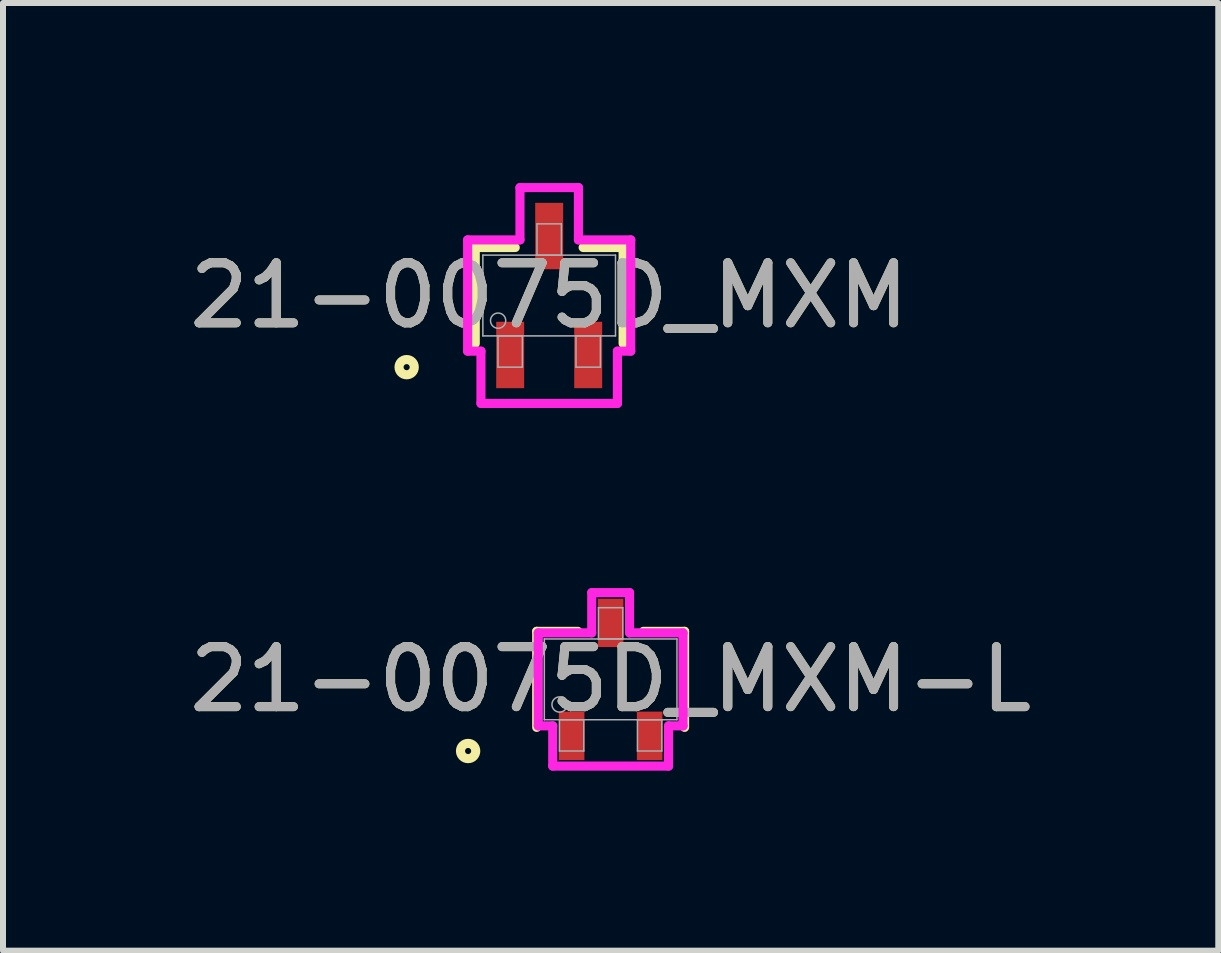
<source format=kicad_pcb>
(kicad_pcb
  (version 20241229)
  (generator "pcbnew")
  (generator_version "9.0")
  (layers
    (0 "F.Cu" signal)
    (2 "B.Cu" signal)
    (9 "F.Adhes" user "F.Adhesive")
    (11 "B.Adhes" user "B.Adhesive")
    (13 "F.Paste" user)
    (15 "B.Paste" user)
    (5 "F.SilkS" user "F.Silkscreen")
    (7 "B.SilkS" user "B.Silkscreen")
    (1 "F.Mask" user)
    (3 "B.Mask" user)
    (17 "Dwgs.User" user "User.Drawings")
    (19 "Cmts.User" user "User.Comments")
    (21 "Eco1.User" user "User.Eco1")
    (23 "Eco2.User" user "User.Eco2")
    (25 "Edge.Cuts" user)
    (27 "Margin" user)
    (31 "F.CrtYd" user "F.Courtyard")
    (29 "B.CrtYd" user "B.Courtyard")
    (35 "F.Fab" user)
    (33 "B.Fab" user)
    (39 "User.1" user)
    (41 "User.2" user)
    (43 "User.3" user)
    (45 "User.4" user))
  (footprint "21-0075D_MXM"
    (layer "F.Cu")
    (at 6.101 1.874)
    (property "Reference" "21-0075D_MXM" (at 0 0 0) (unlocked yes) (layer "F.SilkS") (effects (font (size 1 1) (thickness 0.15))))
    (attr smd)
    (fp_line (start -1.232 -0.8) (end -1.232 0.8) (stroke (width 0.152) (type solid)) (layer "F.SilkS"))
    (fp_line (start -0.566 -0.8) (end -1.232 -0.8) (stroke (width 0.152) (type solid)) (layer "F.SilkS"))
    (fp_line (start 1.232 -0.8) (end 0.566 -0.8) (stroke (width 0.152) (type solid)) (layer "F.SilkS"))
    (fp_line (start 1.232 0.8) (end 1.232 -0.8) (stroke (width 0.152) (type solid)) (layer "F.SilkS"))
    (fp_circle (center -2.375 1.194) (end -2.248 1.194) (stroke (width 0.152) (type solid)) (fill no) (layer "F.SilkS"))
    (fp_line (start -1.359 -0.927) (end -0.487 -0.927) (stroke (width 0.152) (type solid)) (layer "F.CrtYd"))
    (fp_line (start -1.359 0.927) (end -1.359 -0.927) (stroke (width 0.152) (type solid)) (layer "F.CrtYd"))
    (fp_line (start -1.359 0.927) (end -1.137 0.927) (stroke (width 0.152) (type solid)) (layer "F.CrtYd"))
    (fp_line (start -1.137 0.927) (end -1.137 1.798) (stroke (width 0.152) (type solid)) (layer "F.CrtYd"))
    (fp_line (start -1.137 1.798) (end 1.137 1.798) (stroke (width 0.152) (type solid)) (layer "F.CrtYd"))
    (fp_line (start -0.487 -1.798) (end 0.487 -1.798) (stroke (width 0.152) (type solid)) (layer "F.CrtYd"))
    (fp_line (start -0.487 -0.927) (end -0.487 -1.798) (stroke (width 0.152) (type solid)) (layer "F.CrtYd"))
    (fp_line (start 0.487 -0.927) (end 0.487 -1.798) (stroke (width 0.152) (type solid)) (layer "F.CrtYd"))
    (fp_line (start 1.137 0.927) (end 1.137 1.798) (stroke (width 0.152) (type solid)) (layer "F.CrtYd"))
    (fp_line (start 1.359 -0.927) (end 0.487 -0.927) (stroke (width 0.152) (type solid)) (layer "F.CrtYd"))
    (fp_line (start 1.359 -0.927) (end 1.359 0.927) (stroke (width 0.152) (type solid)) (layer "F.CrtYd"))
    (fp_line (start 1.359 0.927) (end 1.137 0.927) (stroke (width 0.152) (type solid)) (layer "F.CrtYd"))
    (fp_line (start -1.105 -0.673) (end -1.105 0.673) (stroke (width 0.025) (type solid)) (layer "F.Fab"))
    (fp_line (start -1.105 0.673) (end 1.105 0.673) (stroke (width 0.025) (type solid)) (layer "F.Fab"))
    (fp_line (start -0.853 0.673) (end -0.853 1.194) (stroke (width 0.025) (type solid)) (layer "F.Fab"))
    (fp_line (start -0.853 1.194) (end -0.447 1.194) (stroke (width 0.025) (type solid)) (layer "F.Fab"))
    (fp_line (start -0.447 0.673) (end -0.853 0.673) (stroke (width 0.025) (type solid)) (layer "F.Fab"))
    (fp_line (start -0.447 1.194) (end -0.447 0.673) (stroke (width 0.025) (type solid)) (layer "F.Fab"))
    (fp_line (start -0.203 -1.194) (end -0.203 -0.673) (stroke (width 0.025) (type solid)) (layer "F.Fab"))
    (fp_line (start -0.203 -0.673) (end 0.203 -0.673) (stroke (width 0.025) (type solid)) (layer "F.Fab"))
    (fp_line (start 0.203 -1.194) (end -0.203 -1.194) (stroke (width 0.025) (type solid)) (layer "F.Fab"))
    (fp_line (start 0.203 -0.673) (end 0.203 -1.194) (stroke (width 0.025) (type solid)) (layer "F.Fab"))
    (fp_line (start 0.447 0.673) (end 0.447 1.194) (stroke (width 0.025) (type solid)) (layer "F.Fab"))
    (fp_line (start 0.447 1.194) (end 0.853 1.194) (stroke (width 0.025) (type solid)) (layer "F.Fab"))
    (fp_line (start 0.853 0.673) (end 0.447 0.673) (stroke (width 0.025) (type solid)) (layer "F.Fab"))
    (fp_line (start 0.853 1.194) (end 0.853 0.673) (stroke (width 0.025) (type solid)) (layer "F.Fab"))
    (fp_line (start 1.105 -0.673) (end -1.105 -0.673) (stroke (width 0.025) (type solid)) (layer "F.Fab"))
    (fp_line (start 1.105 0.673) (end 1.105 -0.673) (stroke (width 0.025) (type solid)) (layer "F.Fab"))
    (fp_circle (center -0.851 0.419) (end -0.724 0.419) (stroke (width 0.025) (type solid)) (fill no) (layer "F.Fab"))
    (fp_text user "${REFERENCE}" (at 0 0 0) (unlocked yes) (layer "F.Fab") (effects (font (size 1 1) (thickness 0.15))))
    (pad "1" smd rect (at -0.65 0.991) (size 0.466 1.106) (layers "F.Cu" "F.Mask" "F.Paste"))
    (pad "2" smd rect (at 0.65 0.991) (size 0.466 1.106) (layers "F.Cu" "F.Mask" "F.Paste"))
    (pad "3" smd rect (at 0 -0.991) (size 0.466 1.106) (layers "F.Cu" "F.Mask" "F.Paste")))
  (footprint "21-0075D_MXM-L"
    (layer "F.Cu")
    (at 7.125 8.27)
    (property "Reference" "21-0075D_MXM-L" (at 0 0 0) (unlocked yes) (layer "F.SilkS") (effects (font (size 1 1) (thickness 0.15))))
    (attr smd)
    (fp_line (start -1.232 -0.8) (end -1.232 0.8) (stroke (width 0.152) (type solid)) (layer "F.SilkS"))
    (fp_line (start -0.546 -0.8) (end -1.232 -0.8) (stroke (width 0.152) (type solid)) (layer "F.SilkS"))
    (fp_line (start 1.232 -0.8) (end 0.546 -0.8) (stroke (width 0.152) (type solid)) (layer "F.SilkS"))
    (fp_line (start 1.232 0.8) (end 1.232 -0.8) (stroke (width 0.152) (type solid)) (layer "F.SilkS"))
    (fp_circle (center -2.375 1.194) (end -2.248 1.194) (stroke (width 0.152) (type solid)) (fill no) (layer "F.SilkS"))
    (fp_line (start -1.206 -0.775) (end -0.315 -0.775) (stroke (width 0.152) (type solid)) (layer "F.CrtYd"))
    (fp_line (start -1.206 0.775) (end -1.206 -0.775) (stroke (width 0.152) (type solid)) (layer "F.CrtYd"))
    (fp_line (start -1.206 0.775) (end -0.965 0.775) (stroke (width 0.152) (type solid)) (layer "F.CrtYd"))
    (fp_line (start -0.965 0.775) (end -0.965 1.445) (stroke (width 0.152) (type solid)) (layer "F.CrtYd"))
    (fp_line (start -0.965 1.445) (end 0.965 1.445) (stroke (width 0.152) (type solid)) (layer "F.CrtYd"))
    (fp_line (start -0.315 -1.445) (end 0.315 -1.445) (stroke (width 0.152) (type solid)) (layer "F.CrtYd"))
    (fp_line (start -0.315 -0.775) (end -0.315 -1.445) (stroke (width 0.152) (type solid)) (layer "F.CrtYd"))
    (fp_line (start 0.315 -0.775) (end 0.315 -1.445) (stroke (width 0.152) (type solid)) (layer "F.CrtYd"))
    (fp_line (start 0.965 0.775) (end 0.965 1.445) (stroke (width 0.152) (type solid)) (layer "F.CrtYd"))
    (fp_line (start 1.206 -0.775) (end 0.315 -0.775) (stroke (width 0.152) (type solid)) (layer "F.CrtYd"))
    (fp_line (start 1.206 -0.775) (end 1.206 0.775) (stroke (width 0.152) (type solid)) (layer "F.CrtYd"))
    (fp_line (start 1.206 0.775) (end 0.965 0.775) (stroke (width 0.152) (type solid)) (layer "F.CrtYd"))
    (fp_line (start -1.105 -0.673) (end -1.105 0.673) (stroke (width 0.025) (type solid)) (layer "F.Fab"))
    (fp_line (start -1.105 0.673) (end 1.105 0.673) (stroke (width 0.025) (type solid)) (layer "F.Fab"))
    (fp_line (start -0.853 0.673) (end -0.853 1.194) (stroke (width 0.025) (type solid)) (layer "F.Fab"))
    (fp_line (start -0.853 1.194) (end -0.447 1.194) (stroke (width 0.025) (type solid)) (layer "F.Fab"))
    (fp_line (start -0.447 0.673) (end -0.853 0.673) (stroke (width 0.025) (type solid)) (layer "F.Fab"))
    (fp_line (start -0.447 1.194) (end -0.447 0.673) (stroke (width 0.025) (type solid)) (layer "F.Fab"))
    (fp_line (start -0.203 -1.194) (end -0.203 -0.673) (stroke (width 0.025) (type solid)) (layer "F.Fab"))
    (fp_line (start -0.203 -0.673) (end 0.203 -0.673) (stroke (width 0.025) (type solid)) (layer "F.Fab"))
    (fp_line (start 0.203 -1.194) (end -0.203 -1.194) (stroke (width 0.025) (type solid)) (layer "F.Fab"))
    (fp_line (start 0.203 -0.673) (end 0.203 -1.194) (stroke (width 0.025) (type solid)) (layer "F.Fab"))
    (fp_line (start 0.447 0.673) (end 0.447 1.194) (stroke (width 0.025) (type solid)) (layer "F.Fab"))
    (fp_line (start 0.447 1.194) (end 0.853 1.194) (stroke (width 0.025) (type solid)) (layer "F.Fab"))
    (fp_line (start 0.853 0.673) (end 0.447 0.673) (stroke (width 0.025) (type solid)) (layer "F.Fab"))
    (fp_line (start 0.853 1.194) (end 0.853 0.673) (stroke (width 0.025) (type solid)) (layer "F.Fab"))
    (fp_line (start 1.105 -0.673) (end -1.105 -0.673) (stroke (width 0.025) (type solid)) (layer "F.Fab"))
    (fp_line (start 1.105 0.673) (end 1.105 -0.673) (stroke (width 0.025) (type solid)) (layer "F.Fab"))
    (fp_circle (center -0.851 0.419) (end -0.724 0.419) (stroke (width 0.025) (type solid)) (fill no) (layer "F.Fab"))
    (fp_text user "${REFERENCE}" (at 0 0 0) (unlocked yes) (layer "F.Fab") (effects (font (size 1 1) (thickness 0.15))))
    (pad "1" smd rect (at -0.65 0.941) (size 0.426 0.806) (layers "F.Cu" "F.Mask" "F.Paste"))
    (pad "2" smd rect (at 0.65 0.941) (size 0.426 0.806) (layers "F.Cu" "F.Mask" "F.Paste"))
    (pad "3" smd rect (at 0 -0.941) (size 0.426 0.806) (layers "F.Cu" "F.Mask" "F.Paste")))
  (gr_rect
    (start -3 -3)
    (end 17.25 12.791)
    (stroke (width 0.1) (type default))
    (fill no)
    (layer "Edge.Cuts")))
</source>
